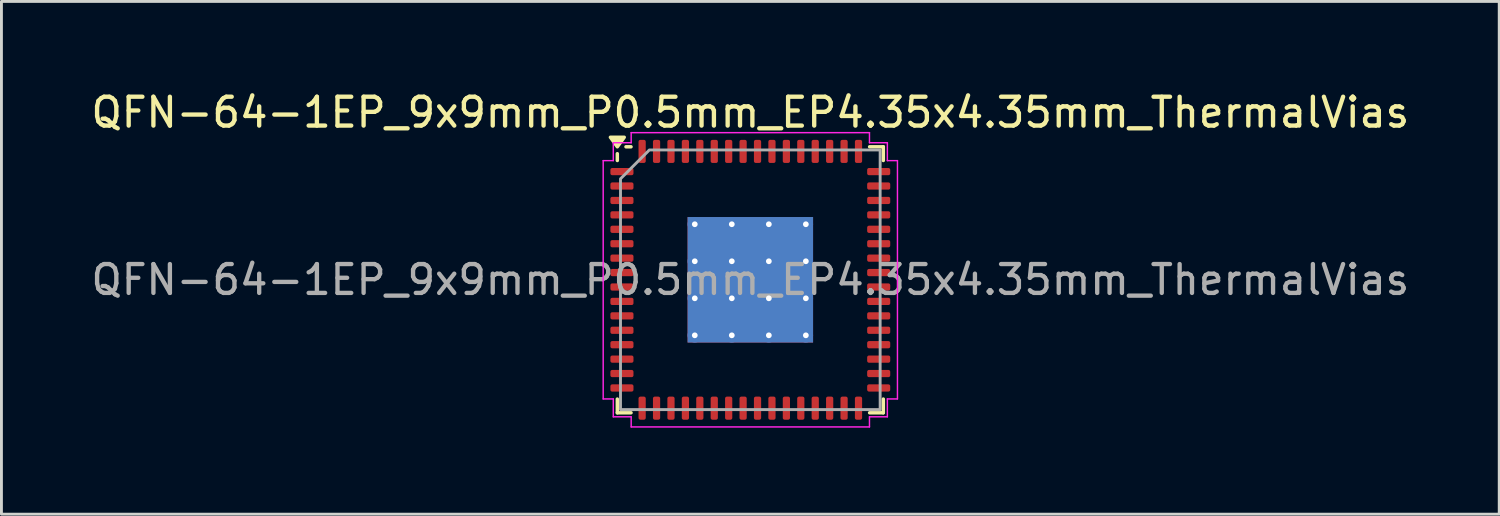
<source format=kicad_pcb>
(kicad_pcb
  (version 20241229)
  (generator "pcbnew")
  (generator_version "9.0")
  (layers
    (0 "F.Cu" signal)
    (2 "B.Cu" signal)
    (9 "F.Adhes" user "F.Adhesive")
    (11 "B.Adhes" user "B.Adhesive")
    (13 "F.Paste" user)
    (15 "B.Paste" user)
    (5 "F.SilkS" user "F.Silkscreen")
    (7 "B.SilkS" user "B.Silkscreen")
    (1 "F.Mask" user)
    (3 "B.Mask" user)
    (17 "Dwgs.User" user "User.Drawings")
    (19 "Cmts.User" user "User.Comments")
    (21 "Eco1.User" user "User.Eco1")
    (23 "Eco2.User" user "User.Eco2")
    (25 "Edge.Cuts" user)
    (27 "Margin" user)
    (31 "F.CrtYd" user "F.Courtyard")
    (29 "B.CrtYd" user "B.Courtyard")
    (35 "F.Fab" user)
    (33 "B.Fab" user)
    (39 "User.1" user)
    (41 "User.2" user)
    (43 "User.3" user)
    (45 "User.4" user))
  (footprint "QFN-64-1EP_9x9mm_P0.5mm_EP4.35x4.35mm_ThermalVias"
    (layer "F.Cu")
    (at 22.958 6.648)
    (property "Reference" "QFN-64-1EP_9x9mm_P0.5mm_EP4.35x4.35mm_ThermalVias" (at 0 -5.8 0) (layer "F.SilkS") (effects (font (size 1 1) (thickness 0.15))))
    (attr smd)
    (fp_line (start -4.61 -4.135) (end -4.61 -4.37) (stroke (width 0.12) (type solid)) (layer "F.SilkS"))
    (fp_line (start -4.61 4.61) (end -4.61 4.135) (stroke (width 0.12) (type solid)) (layer "F.SilkS"))
    (fp_line (start -4.135 -4.61) (end -4.31 -4.61) (stroke (width 0.12) (type solid)) (layer "F.SilkS"))
    (fp_line (start -4.135 4.61) (end -4.61 4.61) (stroke (width 0.12) (type solid)) (layer "F.SilkS"))
    (fp_line (start 4.135 -4.61) (end 4.61 -4.61) (stroke (width 0.12) (type solid)) (layer "F.SilkS"))
    (fp_line (start 4.135 4.61) (end 4.61 4.61) (stroke (width 0.12) (type solid)) (layer "F.SilkS"))
    (fp_line (start 4.61 -4.61) (end 4.61 -4.135) (stroke (width 0.12) (type solid)) (layer "F.SilkS"))
    (fp_line (start 4.61 4.61) (end 4.61 4.135) (stroke (width 0.12) (type solid)) (layer "F.SilkS"))
    (fp_poly (pts (xy -4.61 -4.61) (xy -4.85 -4.94) (xy -4.37 -4.94)) (stroke (width 0.12) (type solid)) (fill yes) (layer "F.SilkS"))
    (fp_line (start -5.1 -4.13) (end -4.75 -4.13) (stroke (width 0.05) (type solid)) (layer "F.CrtYd"))
    (fp_line (start -5.1 4.13) (end -5.1 -4.13) (stroke (width 0.05) (type solid)) (layer "F.CrtYd"))
    (fp_line (start -4.75 -4.75) (end -4.13 -4.75) (stroke (width 0.05) (type solid)) (layer "F.CrtYd"))
    (fp_line (start -4.75 -4.13) (end -4.75 -4.75) (stroke (width 0.05) (type solid)) (layer "F.CrtYd"))
    (fp_line (start -4.75 4.13) (end -5.1 4.13) (stroke (width 0.05) (type solid)) (layer "F.CrtYd"))
    (fp_line (start -4.75 4.75) (end -4.75 4.13) (stroke (width 0.05) (type solid)) (layer "F.CrtYd"))
    (fp_line (start -4.13 -5.1) (end 4.13 -5.1) (stroke (width 0.05) (type solid)) (layer "F.CrtYd"))
    (fp_line (start -4.13 -4.75) (end -4.13 -5.1) (stroke (width 0.05) (type solid)) (layer "F.CrtYd"))
    (fp_line (start -4.13 4.75) (end -4.75 4.75) (stroke (width 0.05) (type solid)) (layer "F.CrtYd"))
    (fp_line (start -4.13 5.1) (end -4.13 4.75) (stroke (width 0.05) (type solid)) (layer "F.CrtYd"))
    (fp_line (start 4.13 -5.1) (end 4.13 -4.75) (stroke (width 0.05) (type solid)) (layer "F.CrtYd"))
    (fp_line (start 4.13 -4.75) (end 4.75 -4.75) (stroke (width 0.05) (type solid)) (layer "F.CrtYd"))
    (fp_line (start 4.13 4.75) (end 4.13 5.1) (stroke (width 0.05) (type solid)) (layer "F.CrtYd"))
    (fp_line (start 4.13 5.1) (end -4.13 5.1) (stroke (width 0.05) (type solid)) (layer "F.CrtYd"))
    (fp_line (start 4.75 -4.75) (end 4.75 -4.13) (stroke (width 0.05) (type solid)) (layer "F.CrtYd"))
    (fp_line (start 4.75 -4.13) (end 5.1 -4.13) (stroke (width 0.05) (type solid)) (layer "F.CrtYd"))
    (fp_line (start 4.75 4.13) (end 4.75 4.75) (stroke (width 0.05) (type solid)) (layer "F.CrtYd"))
    (fp_line (start 4.75 4.75) (end 4.13 4.75) (stroke (width 0.05) (type solid)) (layer "F.CrtYd"))
    (fp_line (start 5.1 -4.13) (end 5.1 4.13) (stroke (width 0.05) (type solid)) (layer "F.CrtYd"))
    (fp_line (start 5.1 4.13) (end 4.75 4.13) (stroke (width 0.05) (type solid)) (layer "F.CrtYd"))
    (fp_poly (pts (xy -4.5 -3.5) (xy -4.5 4.5) (xy 4.5 4.5) (xy 4.5 -4.5) (xy -3.5 -4.5)) (stroke (width 0.1) (type solid)) (fill no) (layer "F.Fab"))
    (fp_text user "${REFERENCE}" (at 0 0 0) (layer "F.Fab") (effects (font (size 1 1) (thickness 0.15))))
    (pad "" smd roundrect (at -1.45 -1.45) (size 1.12 1.12) (layers "F.Paste") (roundrect_rratio 0.223))
    (pad "" smd roundrect (at -1.45 0) (size 1.12 1.12) (layers "F.Paste") (roundrect_rratio 0.223))
    (pad "" smd roundrect (at -1.45 1.45) (size 1.12 1.12) (layers "F.Paste") (roundrect_rratio 0.223))
    (pad "" smd roundrect (at 0 -1.45) (size 1.12 1.12) (layers "F.Paste") (roundrect_rratio 0.223))
    (pad "" smd roundrect (at 0 0) (size 1.12 1.12) (layers "F.Paste") (roundrect_rratio 0.223))
    (pad "" smd roundrect (at 0 1.45) (size 1.12 1.12) (layers "F.Paste") (roundrect_rratio 0.223))
    (pad "" smd roundrect (at 1.45 -1.45) (size 1.12 1.12) (layers "F.Paste") (roundrect_rratio 0.223))
    (pad "" smd roundrect (at 1.45 0) (size 1.12 1.12) (layers "F.Paste") (roundrect_rratio 0.223))
    (pad "" smd roundrect (at 1.45 1.45) (size 1.12 1.12) (layers "F.Paste") (roundrect_rratio 0.223))
    (pad "1" smd roundrect (at -4.45 -3.75) (size 0.8 0.25) (layers "F.Cu" "F.Mask" "F.Paste") (roundrect_rratio 0.25))
    (pad "2" smd roundrect (at -4.45 -3.25) (size 0.8 0.25) (layers "F.Cu" "F.Mask" "F.Paste") (roundrect_rratio 0.25))
    (pad "3" smd roundrect (at -4.45 -2.75) (size 0.8 0.25) (layers "F.Cu" "F.Mask" "F.Paste") (roundrect_rratio 0.25))
    (pad "4" smd roundrect (at -4.45 -2.25) (size 0.8 0.25) (layers "F.Cu" "F.Mask" "F.Paste") (roundrect_rratio 0.25))
    (pad "5" smd roundrect (at -4.45 -1.75) (size 0.8 0.25) (layers "F.Cu" "F.Mask" "F.Paste") (roundrect_rratio 0.25))
    (pad "6" smd roundrect (at -4.45 -1.25) (size 0.8 0.25) (layers "F.Cu" "F.Mask" "F.Paste") (roundrect_rratio 0.25))
    (pad "7" smd roundrect (at -4.45 -0.75) (size 0.8 0.25) (layers "F.Cu" "F.Mask" "F.Paste") (roundrect_rratio 0.25))
    (pad "8" smd roundrect (at -4.45 -0.25) (size 0.8 0.25) (layers "F.Cu" "F.Mask" "F.Paste") (roundrect_rratio 0.25))
    (pad "9" smd roundrect (at -4.45 0.25) (size 0.8 0.25) (layers "F.Cu" "F.Mask" "F.Paste") (roundrect_rratio 0.25))
    (pad "10" smd roundrect (at -4.45 0.75) (size 0.8 0.25) (layers "F.Cu" "F.Mask" "F.Paste") (roundrect_rratio 0.25))
    (pad "11" smd roundrect (at -4.45 1.25) (size 0.8 0.25) (layers "F.Cu" "F.Mask" "F.Paste") (roundrect_rratio 0.25))
    (pad "12" smd roundrect (at -4.45 1.75) (size 0.8 0.25) (layers "F.Cu" "F.Mask" "F.Paste") (roundrect_rratio 0.25))
    (pad "13" smd roundrect (at -4.45 2.25) (size 0.8 0.25) (layers "F.Cu" "F.Mask" "F.Paste") (roundrect_rratio 0.25))
    (pad "14" smd roundrect (at -4.45 2.75) (size 0.8 0.25) (layers "F.Cu" "F.Mask" "F.Paste") (roundrect_rratio 0.25))
    (pad "15" smd roundrect (at -4.45 3.25) (size 0.8 0.25) (layers "F.Cu" "F.Mask" "F.Paste") (roundrect_rratio 0.25))
    (pad "16" smd roundrect (at -4.45 3.75) (size 0.8 0.25) (layers "F.Cu" "F.Mask" "F.Paste") (roundrect_rratio 0.25))
    (pad "17" smd roundrect (at -3.75 4.45) (size 0.25 0.8) (layers "F.Cu" "F.Mask" "F.Paste") (roundrect_rratio 0.25))
    (pad "18" smd roundrect (at -3.25 4.45) (size 0.25 0.8) (layers "F.Cu" "F.Mask" "F.Paste") (roundrect_rratio 0.25))
    (pad "19" smd roundrect (at -2.75 4.45) (size 0.25 0.8) (layers "F.Cu" "F.Mask" "F.Paste") (roundrect_rratio 0.25))
    (pad "20" smd roundrect (at -2.25 4.45) (size 0.25 0.8) (layers "F.Cu" "F.Mask" "F.Paste") (roundrect_rratio 0.25))
    (pad "21" smd roundrect (at -1.75 4.45) (size 0.25 0.8) (layers "F.Cu" "F.Mask" "F.Paste") (roundrect_rratio 0.25))
    (pad "22" smd roundrect (at -1.25 4.45) (size 0.25 0.8) (layers "F.Cu" "F.Mask" "F.Paste") (roundrect_rratio 0.25))
    (pad "23" smd roundrect (at -0.75 4.45) (size 0.25 0.8) (layers "F.Cu" "F.Mask" "F.Paste") (roundrect_rratio 0.25))
    (pad "24" smd roundrect (at -0.25 4.45) (size 0.25 0.8) (layers "F.Cu" "F.Mask" "F.Paste") (roundrect_rratio 0.25))
    (pad "25" smd roundrect (at 0.25 4.45) (size 0.25 0.8) (layers "F.Cu" "F.Mask" "F.Paste") (roundrect_rratio 0.25))
    (pad "26" smd roundrect (at 0.75 4.45) (size 0.25 0.8) (layers "F.Cu" "F.Mask" "F.Paste") (roundrect_rratio 0.25))
    (pad "27" smd roundrect (at 1.25 4.45) (size 0.25 0.8) (layers "F.Cu" "F.Mask" "F.Paste") (roundrect_rratio 0.25))
    (pad "28" smd roundrect (at 1.75 4.45) (size 0.25 0.8) (layers "F.Cu" "F.Mask" "F.Paste") (roundrect_rratio 0.25))
    (pad "29" smd roundrect (at 2.25 4.45) (size 0.25 0.8) (layers "F.Cu" "F.Mask" "F.Paste") (roundrect_rratio 0.25))
    (pad "30" smd roundrect (at 2.75 4.45) (size 0.25 0.8) (layers "F.Cu" "F.Mask" "F.Paste") (roundrect_rratio 0.25))
    (pad "31" smd roundrect (at 3.25 4.45) (size 0.25 0.8) (layers "F.Cu" "F.Mask" "F.Paste") (roundrect_rratio 0.25))
    (pad "32" smd roundrect (at 3.75 4.45) (size 0.25 0.8) (layers "F.Cu" "F.Mask" "F.Paste") (roundrect_rratio 0.25))
    (pad "33" smd roundrect (at 4.45 3.75) (size 0.8 0.25) (layers "F.Cu" "F.Mask" "F.Paste") (roundrect_rratio 0.25))
    (pad "34" smd roundrect (at 4.45 3.25) (size 0.8 0.25) (layers "F.Cu" "F.Mask" "F.Paste") (roundrect_rratio 0.25))
    (pad "35" smd roundrect (at 4.45 2.75) (size 0.8 0.25) (layers "F.Cu" "F.Mask" "F.Paste") (roundrect_rratio 0.25))
    (pad "36" smd roundrect (at 4.45 2.25) (size 0.8 0.25) (layers "F.Cu" "F.Mask" "F.Paste") (roundrect_rratio 0.25))
    (pad "37" smd roundrect (at 4.45 1.75) (size 0.8 0.25) (layers "F.Cu" "F.Mask" "F.Paste") (roundrect_rratio 0.25))
    (pad "38" smd roundrect (at 4.45 1.25) (size 0.8 0.25) (layers "F.Cu" "F.Mask" "F.Paste") (roundrect_rratio 0.25))
    (pad "39" smd roundrect (at 4.45 0.75) (size 0.8 0.25) (layers "F.Cu" "F.Mask" "F.Paste") (roundrect_rratio 0.25))
    (pad "40" smd roundrect (at 4.45 0.25) (size 0.8 0.25) (layers "F.Cu" "F.Mask" "F.Paste") (roundrect_rratio 0.25))
    (pad "41" smd roundrect (at 4.45 -0.25) (size 0.8 0.25) (layers "F.Cu" "F.Mask" "F.Paste") (roundrect_rratio 0.25))
    (pad "42" smd roundrect (at 4.45 -0.75) (size 0.8 0.25) (layers "F.Cu" "F.Mask" "F.Paste") (roundrect_rratio 0.25))
    (pad "43" smd roundrect (at 4.45 -1.25) (size 0.8 0.25) (layers "F.Cu" "F.Mask" "F.Paste") (roundrect_rratio 0.25))
    (pad "44" smd roundrect (at 4.45 -1.75) (size 0.8 0.25) (layers "F.Cu" "F.Mask" "F.Paste") (roundrect_rratio 0.25))
    (pad "45" smd roundrect (at 4.45 -2.25) (size 0.8 0.25) (layers "F.Cu" "F.Mask" "F.Paste") (roundrect_rratio 0.25))
    (pad "46" smd roundrect (at 4.45 -2.75) (size 0.8 0.25) (layers "F.Cu" "F.Mask" "F.Paste") (roundrect_rratio 0.25))
    (pad "47" smd roundrect (at 4.45 -3.25) (size 0.8 0.25) (layers "F.Cu" "F.Mask" "F.Paste") (roundrect_rratio 0.25))
    (pad "48" smd roundrect (at 4.45 -3.75) (size 0.8 0.25) (layers "F.Cu" "F.Mask" "F.Paste") (roundrect_rratio 0.25))
    (pad "49" smd roundrect (at 3.75 -4.45) (size 0.25 0.8) (layers "F.Cu" "F.Mask" "F.Paste") (roundrect_rratio 0.25))
    (pad "50" smd roundrect (at 3.25 -4.45) (size 0.25 0.8) (layers "F.Cu" "F.Mask" "F.Paste") (roundrect_rratio 0.25))
    (pad "51" smd roundrect (at 2.75 -4.45) (size 0.25 0.8) (layers "F.Cu" "F.Mask" "F.Paste") (roundrect_rratio 0.25))
    (pad "52" smd roundrect (at 2.25 -4.45) (size 0.25 0.8) (layers "F.Cu" "F.Mask" "F.Paste") (roundrect_rratio 0.25))
    (pad "53" smd roundrect (at 1.75 -4.45) (size 0.25 0.8) (layers "F.Cu" "F.Mask" "F.Paste") (roundrect_rratio 0.25))
    (pad "54" smd roundrect (at 1.25 -4.45) (size 0.25 0.8) (layers "F.Cu" "F.Mask" "F.Paste") (roundrect_rratio 0.25))
    (pad "55" smd roundrect (at 0.75 -4.45) (size 0.25 0.8) (layers "F.Cu" "F.Mask" "F.Paste") (roundrect_rratio 0.25))
    (pad "56" smd roundrect (at 0.25 -4.45) (size 0.25 0.8) (layers "F.Cu" "F.Mask" "F.Paste") (roundrect_rratio 0.25))
    (pad "57" smd roundrect (at -0.25 -4.45) (size 0.25 0.8) (layers "F.Cu" "F.Mask" "F.Paste") (roundrect_rratio 0.25))
    (pad "58" smd roundrect (at -0.75 -4.45) (size 0.25 0.8) (layers "F.Cu" "F.Mask" "F.Paste") (roundrect_rratio 0.25))
    (pad "59" smd roundrect (at -1.25 -4.45) (size 0.25 0.8) (layers "F.Cu" "F.Mask" "F.Paste") (roundrect_rratio 0.25))
    (pad "60" smd roundrect (at -1.75 -4.45) (size 0.25 0.8) (layers "F.Cu" "F.Mask" "F.Paste") (roundrect_rratio 0.25))
    (pad "61" smd roundrect (at -2.25 -4.45) (size 0.25 0.8) (layers "F.Cu" "F.Mask" "F.Paste") (roundrect_rratio 0.25))
    (pad "62" smd roundrect (at -2.75 -4.45) (size 0.25 0.8) (layers "F.Cu" "F.Mask" "F.Paste") (roundrect_rratio 0.25))
    (pad "63" smd roundrect (at -3.25 -4.45) (size 0.25 0.8) (layers "F.Cu" "F.Mask" "F.Paste") (roundrect_rratio 0.25))
    (pad "64" smd roundrect (at -3.75 -4.45) (size 0.25 0.8) (layers "F.Cu" "F.Mask" "F.Paste") (roundrect_rratio 0.25))
    (pad "65" thru_hole circle (at -1.925 -1.925) (size 0.5 0.5) (drill 0.2) (property pad_prop_heatsink) (layers "*.Cu"))
    (pad "65" thru_hole circle (at -1.925 -0.642) (size 0.5 0.5) (drill 0.2) (property pad_prop_heatsink) (layers "*.Cu"))
    (pad "65" thru_hole circle (at -1.925 0.642) (size 0.5 0.5) (drill 0.2) (property pad_prop_heatsink) (layers "*.Cu"))
    (pad "65" thru_hole circle (at -1.925 1.925) (size 0.5 0.5) (drill 0.2) (property pad_prop_heatsink) (layers "*.Cu"))
    (pad "65" thru_hole circle (at -0.642 -1.925) (size 0.5 0.5) (drill 0.2) (property pad_prop_heatsink) (layers "*.Cu"))
    (pad "65" thru_hole circle (at -0.642 -0.642) (size 0.5 0.5) (drill 0.2) (property pad_prop_heatsink) (layers "*.Cu"))
    (pad "65" thru_hole circle (at -0.642 0.642) (size 0.5 0.5) (drill 0.2) (property pad_prop_heatsink) (layers "*.Cu"))
    (pad "65" thru_hole circle (at -0.642 1.925) (size 0.5 0.5) (drill 0.2) (property pad_prop_heatsink) (layers "*.Cu"))
    (pad "65" smd rect (at 0 0) (size 4.35 4.35) (property pad_prop_heatsink) (layers "F.Cu" "F.Mask"))
    (pad "65" smd rect (at 0 0) (size 4.35 4.35) (property pad_prop_heatsink) (layers "B.Cu"))
    (pad "65" thru_hole circle (at 0.642 -1.925) (size 0.5 0.5) (drill 0.2) (property pad_prop_heatsink) (layers "*.Cu"))
    (pad "65" thru_hole circle (at 0.642 -0.642) (size 0.5 0.5) (drill 0.2) (property pad_prop_heatsink) (layers "*.Cu"))
    (pad "65" thru_hole circle (at 0.642 0.642) (size 0.5 0.5) (drill 0.2) (property pad_prop_heatsink) (layers "*.Cu"))
    (pad "65" thru_hole circle (at 0.642 1.925) (size 0.5 0.5) (drill 0.2) (property pad_prop_heatsink) (layers "*.Cu"))
    (pad "65" thru_hole circle (at 1.925 -1.925) (size 0.5 0.5) (drill 0.2) (property pad_prop_heatsink) (layers "*.Cu"))
    (pad "65" thru_hole circle (at 1.925 -0.642) (size 0.5 0.5) (drill 0.2) (property pad_prop_heatsink) (layers "*.Cu"))
    (pad "65" thru_hole circle (at 1.925 0.642) (size 0.5 0.5) (drill 0.2) (property pad_prop_heatsink) (layers "*.Cu"))
    (pad "65" thru_hole circle (at 1.925 1.925) (size 0.5 0.5) (drill 0.2) (property pad_prop_heatsink) (layers "*.Cu")))
  (gr_rect
    (start -3 -3)
    (end 48.917 14.773)
    (stroke (width 0.1) (type default))
    (fill no)
    (layer "Edge.Cuts")))
</source>
